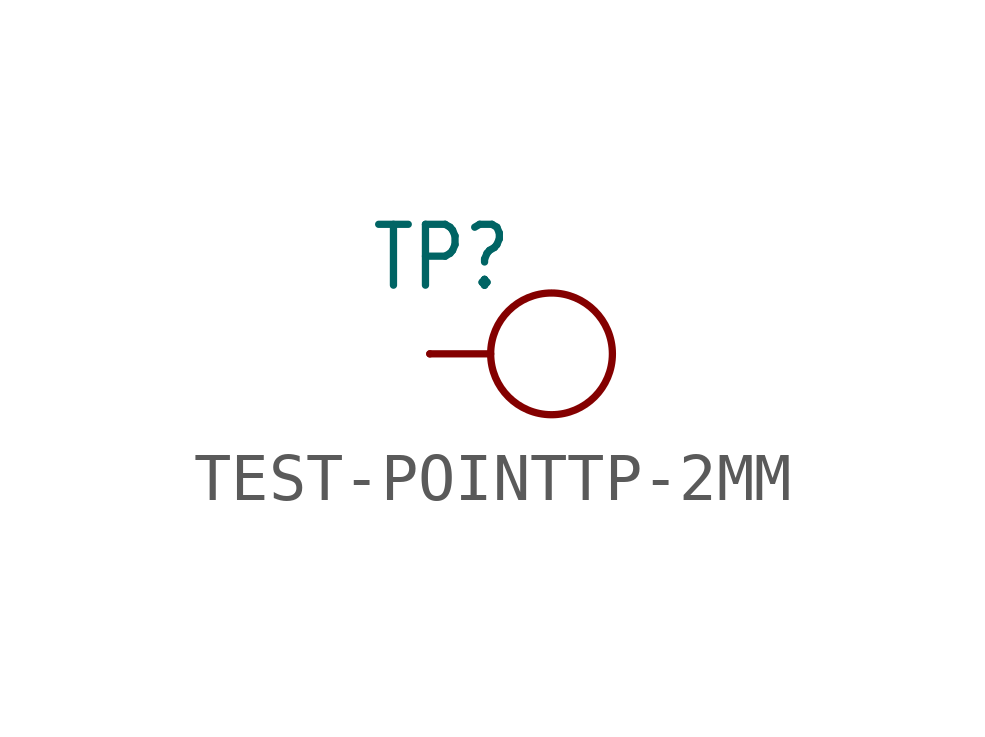
<source format=kicad_sym>
(kicad_symbol_lib
  (version 20241209)
  (generator "kicad_symbol_editor")
  (generator_version "9.0")
  (symbol "TEST-POINTTP-2MM"
    (property "Reference" "TP"
      (at -3.81 1.27 0)
      (effects (font (size 1.27 1.079)) (justify left bottom)))
    (property "ki_locked" ""
      (at 0 0 0)
      (effects (font (size 1.27 1.27))))
    (symbol "TEST-POINTTP-2MM_1_0"
      (polyline (pts (xy -2.54 0) (xy -1.27 0)) (stroke (width 0.152) (type solid)) (fill (type none)))
      (circle (center 0 0) (radius 1.27) (stroke (width 0.152) (type solid)) (fill (type none)))
      (pin bidirectional line (at -2.54 0 0) (length 0) (name "T" (effects (font (size 0 0)))) (number "T" (effects (font (size 0 0))))))))
</source>
